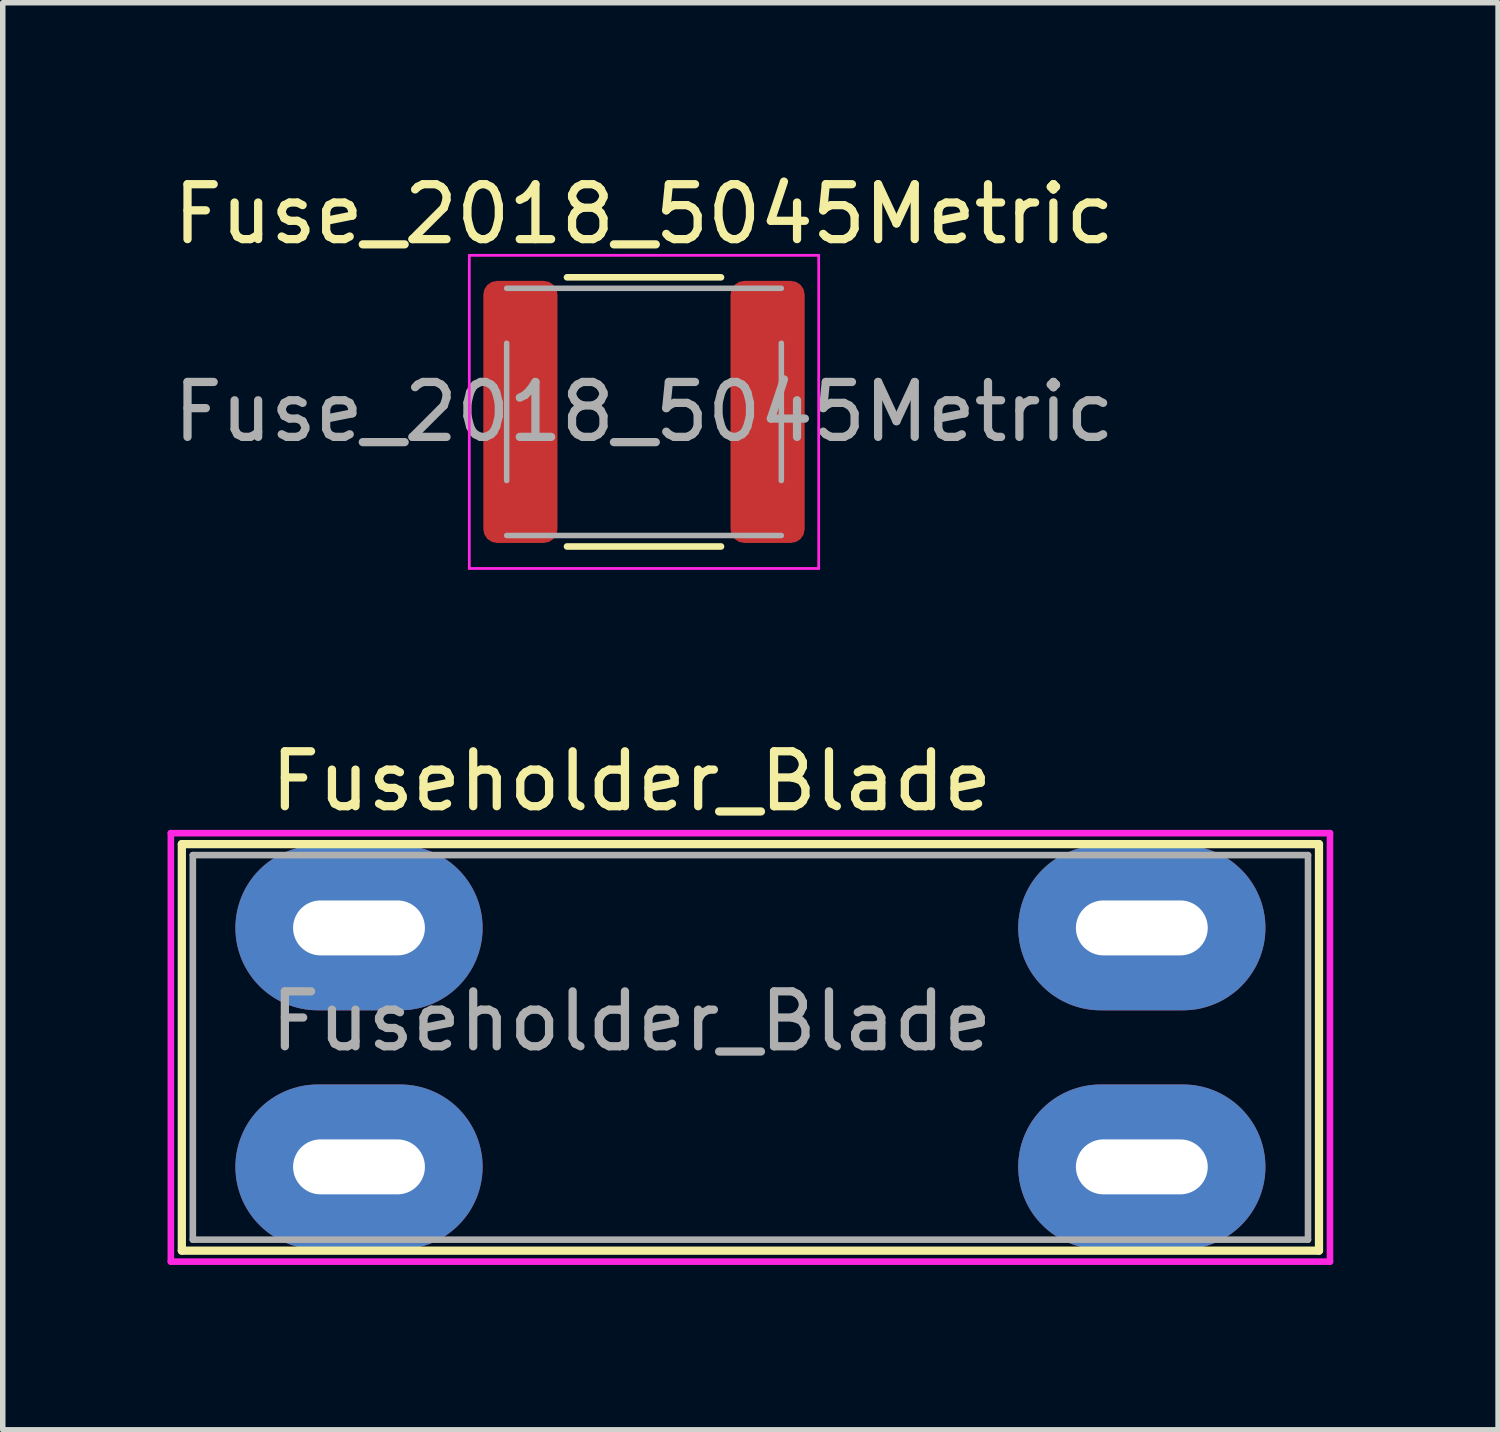
<source format=kicad_pcb>
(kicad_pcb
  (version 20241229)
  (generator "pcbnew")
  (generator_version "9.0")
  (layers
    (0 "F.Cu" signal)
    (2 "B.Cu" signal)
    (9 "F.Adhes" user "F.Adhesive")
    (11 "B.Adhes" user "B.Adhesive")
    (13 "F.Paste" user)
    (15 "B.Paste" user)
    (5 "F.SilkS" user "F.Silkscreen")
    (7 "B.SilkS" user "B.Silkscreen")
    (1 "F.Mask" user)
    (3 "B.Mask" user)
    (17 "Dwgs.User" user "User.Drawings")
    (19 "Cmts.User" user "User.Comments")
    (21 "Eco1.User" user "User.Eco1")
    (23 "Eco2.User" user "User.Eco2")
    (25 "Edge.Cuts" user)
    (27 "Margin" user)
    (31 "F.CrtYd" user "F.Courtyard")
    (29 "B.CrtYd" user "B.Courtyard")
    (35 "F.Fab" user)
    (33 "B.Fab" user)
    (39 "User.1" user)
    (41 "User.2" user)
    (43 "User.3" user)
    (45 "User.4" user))
  (footprint "Fuseholder_Blade"
    (layer "F.Cu")
    (at 3.485 13.841)
    (property "Reference" "Fuseholder_Blade" (at 4.96 -2.67 0) (layer "F.SilkS") (effects (font (size 1 1) (thickness 0.15))))
    (attr through_hole)
    (fp_line (start -3.225 -1.525) (end 17.475 -1.525) (stroke (width 0.15) (type solid)) (layer "F.SilkS"))
    (fp_line (start -3.225 5.875) (end -3.225 -1.525) (stroke (width 0.15) (type solid)) (layer "F.SilkS"))
    (fp_line (start 17.475 -1.525) (end 17.475 5.875) (stroke (width 0.15) (type solid)) (layer "F.SilkS"))
    (fp_line (start 17.475 5.875) (end -3.225 5.875) (stroke (width 0.15) (type solid)) (layer "F.SilkS"))
    (fp_line (start -3.425 -1.725) (end 17.675 -1.725) (stroke (width 0.12) (type solid)) (layer "F.CrtYd"))
    (fp_line (start -3.425 6.075) (end -3.425 -1.725) (stroke (width 0.12) (type solid)) (layer "F.CrtYd"))
    (fp_line (start 17.675 -1.725) (end 17.675 6.075) (stroke (width 0.12) (type solid)) (layer "F.CrtYd"))
    (fp_line (start 17.675 6.075) (end -3.425 6.075) (stroke (width 0.12) (type solid)) (layer "F.CrtYd"))
    (fp_line (start -3.025 -1.325) (end 17.275 -1.325) (stroke (width 0.12) (type solid)) (layer "F.Fab"))
    (fp_line (start -3.025 5.675) (end -3.025 -1.325) (stroke (width 0.12) (type solid)) (layer "F.Fab"))
    (fp_line (start 17.275 -1.325) (end 17.275 5.675) (stroke (width 0.12) (type solid)) (layer "F.Fab"))
    (fp_line (start 17.275 5.675) (end -3.025 5.675) (stroke (width 0.12) (type solid)) (layer "F.Fab"))
    (fp_text user "${REFERENCE}" (at 4.96 1.7 0) (layer "F.Fab") (effects (font (size 1 1) (thickness 0.15))))
    (pad "1" thru_hole oval (at 0 0) (size 4.5 3) (drill oval 2.4 1) (layers "*.Cu" "*.Mask"))
    (pad "1" thru_hole oval (at 0 4.35) (size 4.5 3) (drill oval 2.4 1) (layers "*.Cu" "*.Mask"))
    (pad "2" thru_hole oval (at 14.25 0) (size 4.5 3) (drill oval 2.4 1) (layers "*.Cu" "*.Mask"))
    (pad "2" thru_hole oval (at 14.25 4.35) (size 4.5 3) (drill oval 2.4 1) (layers "*.Cu" "*.Mask")))
  (footprint "Fuse_2018_5045Metric"
    (layer "F.Cu")
    (at 8.673 4.448)
    (property "Reference" "Fuse_2018_5045Metric" (at 0 -3.6 0) (layer "F.SilkS") (effects (font (size 1 1) (thickness 0.15))))
    (attr smd)
    (fp_line (start -1.402 -2.45) (end 1.402 -2.45) (stroke (width 0.12) (type solid)) (layer "F.SilkS"))
    (fp_line (start -1.402 2.45) (end 1.402 2.45) (stroke (width 0.12) (type solid)) (layer "F.SilkS"))
    (fp_line (start -3.18 -2.85) (end 3.18 -2.85) (stroke (width 0.05) (type solid)) (layer "F.CrtYd"))
    (fp_line (start -3.18 2.85) (end -3.18 -2.85) (stroke (width 0.05) (type solid)) (layer "F.CrtYd"))
    (fp_line (start 3.18 -2.85) (end 3.18 2.85) (stroke (width 0.05) (type solid)) (layer "F.CrtYd"))
    (fp_line (start 3.18 2.85) (end -3.18 2.85) (stroke (width 0.05) (type solid)) (layer "F.CrtYd"))
    (fp_line (start -2.5 -2.25) (end 2.5 -2.25) (stroke (width 0.1) (type solid)) (layer "F.Fab"))
    (fp_line (start -2.5 1.25) (end -2.5 -1.25) (stroke (width 0.1) (type solid)) (layer "F.Fab"))
    (fp_line (start 2.5 -1.25) (end 2.5 1.25) (stroke (width 0.1) (type solid)) (layer "F.Fab"))
    (fp_line (start 2.5 2.25) (end -2.5 2.25) (stroke (width 0.1) (type solid)) (layer "F.Fab"))
    (fp_text user "${REFERENCE}" (at 0 0 0) (layer "F.Fab") (effects (font (size 1 1) (thickness 0.15))))
    (pad "1" smd roundrect (at -2.25 0) (size 1.35 4.77) (layers "F.Cu" "F.Mask" "F.Paste") (roundrect_rratio 0.185))
    (pad "2" smd roundrect (at 2.25 0) (size 1.35 4.77) (layers "F.Cu" "F.Mask" "F.Paste") (roundrect_rratio 0.185)))
  (gr_rect
    (start -3 -3)
    (end 24.22 22.977)
    (stroke (width 0.1) (type default))
    (fill no)
    (layer "Edge.Cuts")))
</source>
